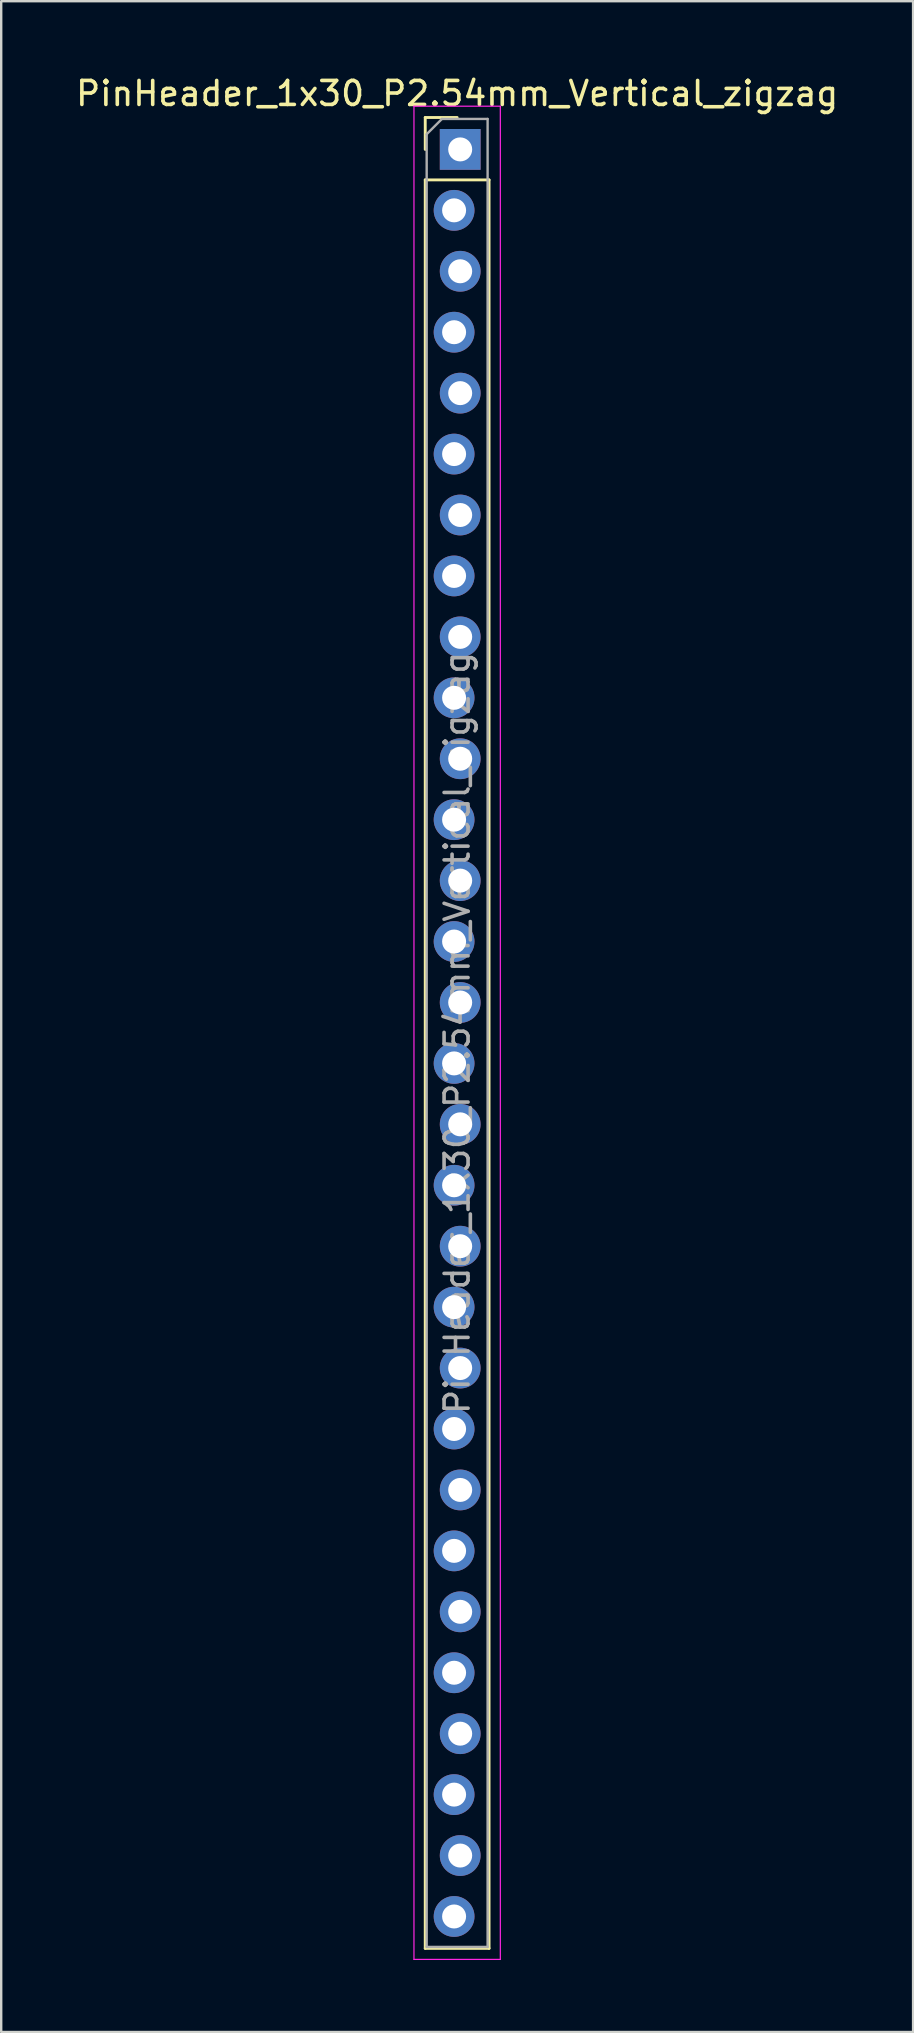
<source format=kicad_pcb>
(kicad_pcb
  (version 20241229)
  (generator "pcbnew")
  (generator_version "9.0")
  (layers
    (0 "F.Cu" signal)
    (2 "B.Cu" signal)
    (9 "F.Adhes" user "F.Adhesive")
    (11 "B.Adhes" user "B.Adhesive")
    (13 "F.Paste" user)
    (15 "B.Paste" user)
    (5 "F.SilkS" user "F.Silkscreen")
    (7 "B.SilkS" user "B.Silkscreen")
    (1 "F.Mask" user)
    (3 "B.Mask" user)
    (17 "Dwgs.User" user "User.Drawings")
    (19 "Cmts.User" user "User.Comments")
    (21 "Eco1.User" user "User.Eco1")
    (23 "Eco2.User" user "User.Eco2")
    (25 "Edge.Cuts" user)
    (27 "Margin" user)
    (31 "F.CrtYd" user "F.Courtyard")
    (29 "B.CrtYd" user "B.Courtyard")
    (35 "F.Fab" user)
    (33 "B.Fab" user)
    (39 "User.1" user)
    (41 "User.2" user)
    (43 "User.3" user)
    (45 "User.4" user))
  (footprint "PinHeader_1x30_P2.54mm_Vertical_zigzag"
    (layer "F.Cu")
    (at 16.006 3.178)
    (property "Reference" "PinHeader_1x30_P2.54mm_Vertical_zigzag" (at 0 -2.33 0) (layer "F.SilkS") (effects (font (size 1 1) (thickness 0.15))))
    (attr through_hole)
    (fp_line (start -1.33 -1.33) (end 0 -1.33) (stroke (width 0.12) (type solid)) (layer "F.SilkS"))
    (fp_line (start -1.33 0) (end -1.33 -1.33) (stroke (width 0.12) (type solid)) (layer "F.SilkS"))
    (fp_line (start -1.33 1.27) (end -1.33 74.99) (stroke (width 0.12) (type solid)) (layer "F.SilkS"))
    (fp_line (start -1.33 1.27) (end 1.33 1.27) (stroke (width 0.12) (type solid)) (layer "F.SilkS"))
    (fp_line (start -1.33 74.99) (end 1.33 74.99) (stroke (width 0.12) (type solid)) (layer "F.SilkS"))
    (fp_line (start 1.33 1.27) (end 1.33 74.99) (stroke (width 0.12) (type solid)) (layer "F.SilkS"))
    (fp_line (start -1.8 -1.8) (end -1.8 75.45) (stroke (width 0.05) (type solid)) (layer "F.CrtYd"))
    (fp_line (start -1.8 75.45) (end 1.8 75.45) (stroke (width 0.05) (type solid)) (layer "F.CrtYd"))
    (fp_line (start 1.8 -1.8) (end -1.8 -1.8) (stroke (width 0.05) (type solid)) (layer "F.CrtYd"))
    (fp_line (start 1.8 75.45) (end 1.8 -1.8) (stroke (width 0.05) (type solid)) (layer "F.CrtYd"))
    (fp_line (start -1.27 -0.635) (end -0.635 -1.27) (stroke (width 0.1) (type solid)) (layer "F.Fab"))
    (fp_line (start -1.27 74.93) (end -1.27 -0.635) (stroke (width 0.1) (type solid)) (layer "F.Fab"))
    (fp_line (start -0.635 -1.27) (end 1.27 -1.27) (stroke (width 0.1) (type solid)) (layer "F.Fab"))
    (fp_line (start 1.27 -1.27) (end 1.27 74.93) (stroke (width 0.1) (type solid)) (layer "F.Fab"))
    (fp_line (start 1.27 74.93) (end -1.27 74.93) (stroke (width 0.1) (type solid)) (layer "F.Fab"))
    (fp_text user "${REFERENCE}" (at 0 36.83 90) (layer "F.Fab") (effects (font (size 1 1) (thickness 0.15))))
    (pad "1" thru_hole rect (at 0.127 0) (size 1.7 1.7) (drill 1) (layers "*.Cu" "*.Mask"))
    (pad "2" thru_hole oval (at -0.127 2.54) (size 1.7 1.7) (drill 1) (layers "*.Cu" "*.Mask"))
    (pad "3" thru_hole oval (at 0.127 5.08) (size 1.7 1.7) (drill 1) (layers "*.Cu" "*.Mask"))
    (pad "4" thru_hole oval (at -0.127 7.62) (size 1.7 1.7) (drill 1) (layers "*.Cu" "*.Mask"))
    (pad "5" thru_hole oval (at 0.127 10.16) (size 1.7 1.7) (drill 1) (layers "*.Cu" "*.Mask"))
    (pad "6" thru_hole oval (at -0.127 12.7) (size 1.7 1.7) (drill 1) (layers "*.Cu" "*.Mask"))
    (pad "7" thru_hole oval (at 0.127 15.24) (size 1.7 1.7) (drill 1) (layers "*.Cu" "*.Mask"))
    (pad "8" thru_hole oval (at -0.127 17.78) (size 1.7 1.7) (drill 1) (layers "*.Cu" "*.Mask"))
    (pad "9" thru_hole oval (at 0.127 20.32) (size 1.7 1.7) (drill 1) (layers "*.Cu" "*.Mask"))
    (pad "10" thru_hole oval (at -0.127 22.86) (size 1.7 1.7) (drill 1) (layers "*.Cu" "*.Mask"))
    (pad "11" thru_hole oval (at 0.127 25.4) (size 1.7 1.7) (drill 1) (layers "*.Cu" "*.Mask"))
    (pad "12" thru_hole oval (at -0.127 27.94) (size 1.7 1.7) (drill 1) (layers "*.Cu" "*.Mask"))
    (pad "13" thru_hole oval (at 0.127 30.48) (size 1.7 1.7) (drill 1) (layers "*.Cu" "*.Mask"))
    (pad "14" thru_hole oval (at -0.127 33.02) (size 1.7 1.7) (drill 1) (layers "*.Cu" "*.Mask"))
    (pad "15" thru_hole oval (at 0.127 35.56) (size 1.7 1.7) (drill 1) (layers "*.Cu" "*.Mask"))
    (pad "16" thru_hole oval (at -0.127 38.1) (size 1.7 1.7) (drill 1) (layers "*.Cu" "*.Mask"))
    (pad "17" thru_hole oval (at 0.127 40.64) (size 1.7 1.7) (drill 1) (layers "*.Cu" "*.Mask"))
    (pad "18" thru_hole oval (at -0.127 43.18) (size 1.7 1.7) (drill 1) (layers "*.Cu" "*.Mask"))
    (pad "19" thru_hole oval (at 0.127 45.72) (size 1.7 1.7) (drill 1) (layers "*.Cu" "*.Mask"))
    (pad "20" thru_hole oval (at -0.127 48.26) (size 1.7 1.7) (drill 1) (layers "*.Cu" "*.Mask"))
    (pad "21" thru_hole oval (at 0.127 50.8) (size 1.7 1.7) (drill 1) (layers "*.Cu" "*.Mask"))
    (pad "22" thru_hole oval (at -0.127 53.34) (size 1.7 1.7) (drill 1) (layers "*.Cu" "*.Mask"))
    (pad "23" thru_hole oval (at 0.127 55.88) (size 1.7 1.7) (drill 1) (layers "*.Cu" "*.Mask"))
    (pad "24" thru_hole oval (at -0.127 58.42) (size 1.7 1.7) (drill 1) (layers "*.Cu" "*.Mask"))
    (pad "25" thru_hole oval (at 0.127 60.96) (size 1.7 1.7) (drill 1) (layers "*.Cu" "*.Mask"))
    (pad "26" thru_hole oval (at -0.127 63.5) (size 1.7 1.7) (drill 1) (layers "*.Cu" "*.Mask"))
    (pad "27" thru_hole oval (at 0.127 66.04) (size 1.7 1.7) (drill 1) (layers "*.Cu" "*.Mask"))
    (pad "28" thru_hole oval (at -0.127 68.58) (size 1.7 1.7) (drill 1) (layers "*.Cu" "*.Mask"))
    (pad "29" thru_hole oval (at 0.127 71.12) (size 1.7 1.7) (drill 1) (layers "*.Cu" "*.Mask"))
    (pad "30" thru_hole oval (at -0.127 73.66) (size 1.7 1.7) (drill 1) (layers "*.Cu" "*.Mask")))
  (gr_rect
    (start -3 -3)
    (end 35.012 81.653)
    (stroke (width 0.1) (type default))
    (fill no)
    (layer "Edge.Cuts")))
</source>
